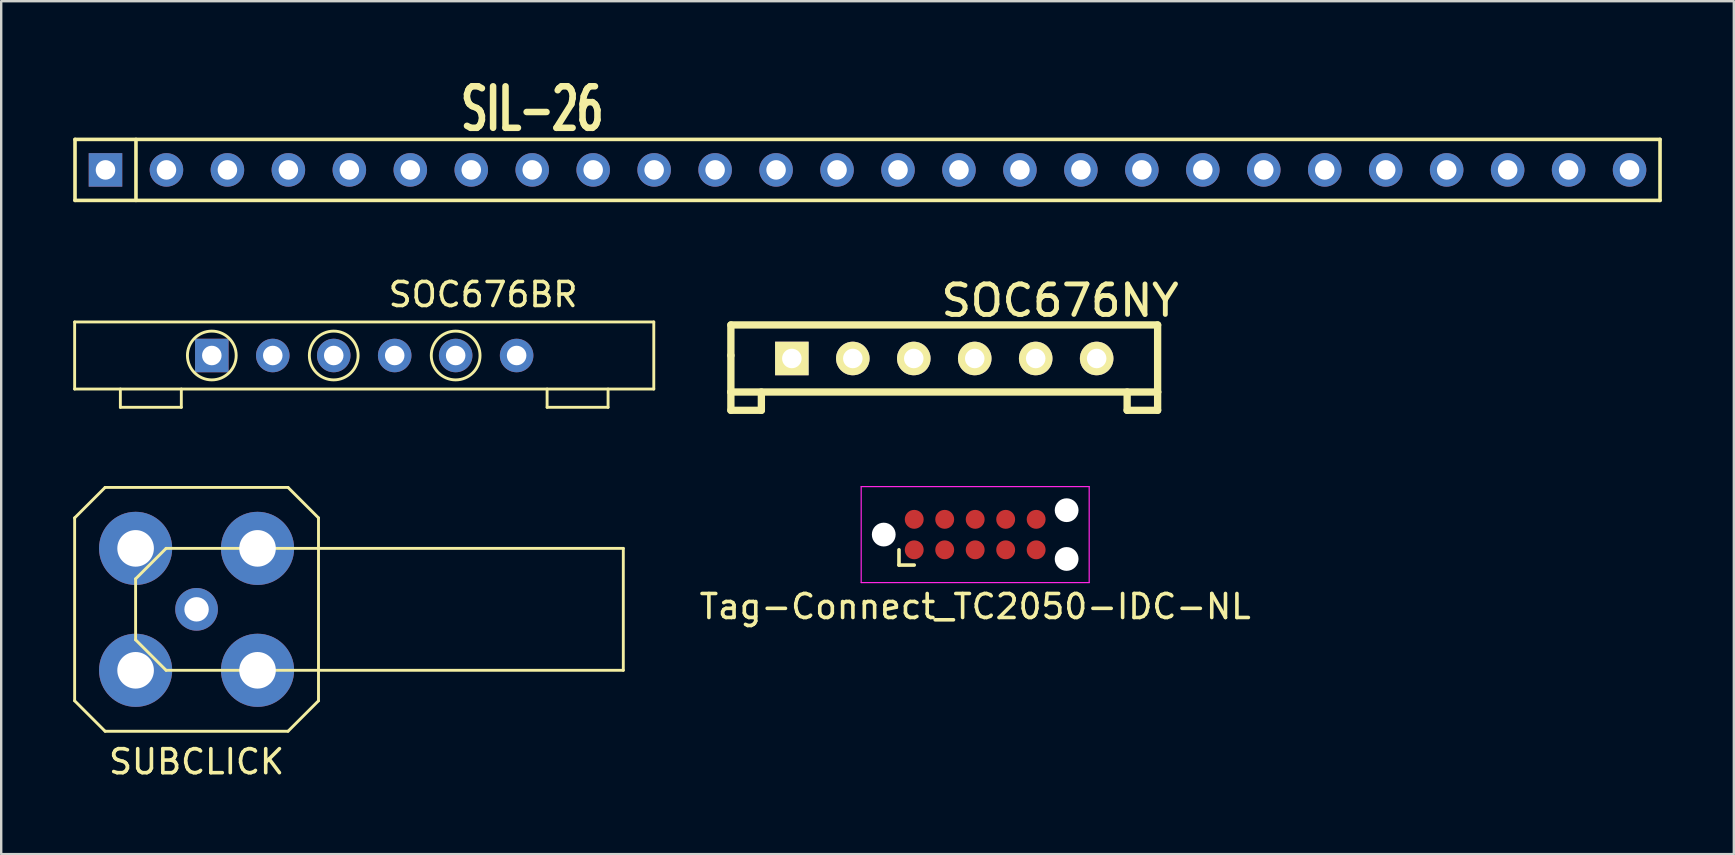
<source format=kicad_pcb>
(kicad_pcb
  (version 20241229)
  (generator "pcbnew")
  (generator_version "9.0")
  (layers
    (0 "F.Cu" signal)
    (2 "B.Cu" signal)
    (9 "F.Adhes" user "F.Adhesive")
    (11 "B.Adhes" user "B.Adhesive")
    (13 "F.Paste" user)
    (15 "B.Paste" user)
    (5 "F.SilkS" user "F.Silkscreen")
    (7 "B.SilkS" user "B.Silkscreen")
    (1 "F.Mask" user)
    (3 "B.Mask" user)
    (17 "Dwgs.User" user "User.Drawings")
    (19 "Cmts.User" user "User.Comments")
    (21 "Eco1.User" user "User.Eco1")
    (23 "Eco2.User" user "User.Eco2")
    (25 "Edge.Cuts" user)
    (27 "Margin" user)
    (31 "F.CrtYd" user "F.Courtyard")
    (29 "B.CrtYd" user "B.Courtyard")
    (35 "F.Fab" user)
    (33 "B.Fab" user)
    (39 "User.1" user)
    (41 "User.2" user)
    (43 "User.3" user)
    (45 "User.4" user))
  (footprint "SOC676BR"
    (layer "F.Cu")
    (at 12.125 11.762)
    (property "Reference" "SOC676BR" (at 4.953 -2.54 0) (layer "F.SilkS") (effects (font (size 1 1) (thickness 0.15))))
    (attr through_hole)
    (fp_line (start -12.065 -1.397) (end 12.065 -1.397) (stroke (width 0.12) (type solid)) (layer "F.SilkS"))
    (fp_line (start -12.065 1.397) (end -12.065 -1.397) (stroke (width 0.12) (type solid)) (layer "F.SilkS"))
    (fp_line (start -10.16 2.159) (end -10.16 1.397) (stroke (width 0.12) (type solid)) (layer "F.SilkS"))
    (fp_line (start -7.62 2.159) (end -10.16 2.159) (stroke (width 0.12) (type solid)) (layer "F.SilkS"))
    (fp_line (start -7.62 2.159) (end -7.62 1.397) (stroke (width 0.12) (type solid)) (layer "F.SilkS"))
    (fp_line (start 7.62 1.397) (end 7.62 2.159) (stroke (width 0.12) (type solid)) (layer "F.SilkS"))
    (fp_line (start 7.62 2.159) (end 10.16 2.159) (stroke (width 0.12) (type solid)) (layer "F.SilkS"))
    (fp_line (start 10.16 2.159) (end 10.16 1.397) (stroke (width 0.12) (type solid)) (layer "F.SilkS"))
    (fp_line (start 12.065 -1.397) (end 12.065 1.397) (stroke (width 0.12) (type solid)) (layer "F.SilkS"))
    (fp_line (start 12.065 1.397) (end -12.065 1.397) (stroke (width 0.12) (type solid)) (layer "F.SilkS"))
    (fp_circle (center -6.35 0) (end -6.35 -1.016) (stroke (width 0.12) (type solid)) (fill no) (layer "F.SilkS"))
    (fp_circle (center -1.27 0) (end -1.27 -1.016) (stroke (width 0.12) (type solid)) (fill no) (layer "F.SilkS"))
    (fp_circle (center 3.81 0) (end 3.81 -1.016) (stroke (width 0.12) (type solid)) (fill no) (layer "F.SilkS"))
    (pad "1" thru_hole rect (at -6.35 0) (size 1.397 1.397) (drill 0.813) (layers "*.Cu" "*.Mask"))
    (pad "2" thru_hole circle (at -3.81 0) (size 1.397 1.397) (drill 0.813) (layers "*.Cu" "*.Mask"))
    (pad "3" thru_hole circle (at -1.27 0) (size 1.397 1.397) (drill 0.813) (layers "*.Cu" "*.Mask"))
    (pad "4" thru_hole circle (at 1.27 0) (size 1.397 1.397) (drill 0.813) (layers "*.Cu" "*.Mask"))
    (pad "5" thru_hole circle (at 3.81 0) (size 1.397 1.397) (drill 0.813) (layers "*.Cu" "*.Mask"))
    (pad "6" thru_hole circle (at 6.35 0) (size 1.397 1.397) (drill 0.813) (layers "*.Cu" "*.Mask")))
  (footprint "SOC676NY"
    (layer "F.Cu")
    (at 36.292 11.886)
    (property "Reference" "SOC676NY" (at 4.826 -2.413 0) (layer "F.SilkS") (effects (font (size 1.27 1.27) (thickness 0.203))))
    (attr through_hole)
    (fp_line (start -8.89 -1.397) (end -8.89 -0.127) (stroke (width 0.305) (type solid)) (layer "F.SilkS"))
    (fp_line (start -8.89 -0.127) (end -8.89 1.397) (stroke (width 0.305) (type solid)) (layer "F.SilkS"))
    (fp_line (start -8.89 1.397) (end -8.89 2.159) (stroke (width 0.305) (type solid)) (layer "F.SilkS"))
    (fp_line (start -8.89 1.397) (end 8.89 1.397) (stroke (width 0.305) (type solid)) (layer "F.SilkS"))
    (fp_line (start -8.89 2.159) (end -7.62 2.159) (stroke (width 0.305) (type solid)) (layer "F.SilkS"))
    (fp_line (start -7.62 2.159) (end -7.62 1.397) (stroke (width 0.305) (type solid)) (layer "F.SilkS"))
    (fp_line (start 7.62 1.397) (end 7.62 2.159) (stroke (width 0.305) (type solid)) (layer "F.SilkS"))
    (fp_line (start 7.62 2.159) (end 8.89 2.159) (stroke (width 0.305) (type solid)) (layer "F.SilkS"))
    (fp_line (start 8.89 -1.397) (end -8.89 -1.397) (stroke (width 0.305) (type solid)) (layer "F.SilkS"))
    (fp_line (start 8.89 1.397) (end 8.89 -1.397) (stroke (width 0.305) (type solid)) (layer "F.SilkS"))
    (fp_line (start 8.89 2.159) (end 8.89 1.397) (stroke (width 0.305) (type solid)) (layer "F.SilkS"))
    (pad "1" thru_hole rect (at -6.35 0) (size 1.397 1.397) (drill 0.813) (layers "*.Cu" "*.Mask" "F.SilkS"))
    (pad "2" thru_hole circle (at -3.81 0) (size 1.397 1.397) (drill 0.813) (layers "*.Cu" "*.Mask" "F.SilkS"))
    (pad "3" thru_hole circle (at -1.27 0) (size 1.397 1.397) (drill 0.813) (layers "*.Cu" "*.Mask" "F.SilkS"))
    (pad "4" thru_hole circle (at 1.27 0) (size 1.397 1.397) (drill 0.813) (layers "*.Cu" "*.Mask" "F.SilkS"))
    (pad "5" thru_hole circle (at 3.81 0) (size 1.397 1.397) (drill 0.813) (layers "*.Cu" "*.Mask" "F.SilkS"))
    (pad "6" thru_hole circle (at 6.35 0) (size 1.397 1.397) (drill 0.813) (layers "*.Cu" "*.Mask" "F.SilkS")))
  (footprint "SIL-26"
    (layer "F.Cu")
    (at 33.095 4.029)
    (property "Reference" "SIL-26" (at -13.97 -2.54 180) (layer "F.SilkS") (effects (font (size 1.73 1.087) (thickness 0.305))))
    (attr through_hole)
    (fp_line (start -33.02 -1.27) (end 33.02 -1.27) (stroke (width 0.15) (type solid)) (layer "F.SilkS"))
    (fp_line (start -33.02 1.27) (end -33.02 -1.27) (stroke (width 0.15) (type solid)) (layer "F.SilkS"))
    (fp_line (start -30.48 -1.27) (end -30.48 1.27) (stroke (width 0.15) (type solid)) (layer "F.SilkS"))
    (fp_line (start 33.02 -1.27) (end 33.02 1.27) (stroke (width 0.15) (type solid)) (layer "F.SilkS"))
    (fp_line (start 33.02 1.27) (end -33.02 1.27) (stroke (width 0.15) (type solid)) (layer "F.SilkS"))
    (pad "1" thru_hole rect (at -31.75 0) (size 1.397 1.397) (drill 0.813) (layers "*.Cu" "*.Mask"))
    (pad "2" thru_hole circle (at -29.21 0) (size 1.397 1.397) (drill 0.813) (layers "*.Cu" "*.Mask"))
    (pad "3" thru_hole circle (at -26.67 0) (size 1.397 1.397) (drill 0.813) (layers "*.Cu" "*.Mask"))
    (pad "4" thru_hole circle (at -24.13 0) (size 1.397 1.397) (drill 0.813) (layers "*.Cu" "*.Mask"))
    (pad "5" thru_hole circle (at -21.59 0) (size 1.397 1.397) (drill 0.813) (layers "*.Cu" "*.Mask"))
    (pad "6" thru_hole circle (at -19.05 0) (size 1.397 1.397) (drill 0.813) (layers "*.Cu" "*.Mask"))
    (pad "7" thru_hole circle (at -16.51 0) (size 1.397 1.397) (drill 0.813) (layers "*.Cu" "*.Mask"))
    (pad "8" thru_hole circle (at -13.97 0) (size 1.397 1.397) (drill 0.813) (layers "*.Cu" "*.Mask"))
    (pad "9" thru_hole circle (at -11.43 0) (size 1.397 1.397) (drill 0.813) (layers "*.Cu" "*.Mask"))
    (pad "10" thru_hole circle (at -8.89 0) (size 1.397 1.397) (drill 0.813) (layers "*.Cu" "*.Mask"))
    (pad "11" thru_hole circle (at -6.35 0) (size 1.397 1.397) (drill 0.813) (layers "*.Cu" "*.Mask"))
    (pad "12" thru_hole circle (at -3.81 0) (size 1.397 1.397) (drill 0.813) (layers "*.Cu" "*.Mask"))
    (pad "13" thru_hole circle (at -1.27 0) (size 1.397 1.397) (drill 0.813) (layers "*.Cu" "*.Mask"))
    (pad "14" thru_hole circle (at 1.27 0) (size 1.397 1.397) (drill 0.813) (layers "*.Cu" "*.Mask"))
    (pad "15" thru_hole circle (at 3.81 0) (size 1.397 1.397) (drill 0.813) (layers "*.Cu" "*.Mask"))
    (pad "16" thru_hole circle (at 6.35 0) (size 1.397 1.397) (drill 0.813) (layers "*.Cu" "*.Mask"))
    (pad "17" thru_hole circle (at 8.89 0) (size 1.397 1.397) (drill 0.813) (layers "*.Cu" "*.Mask"))
    (pad "18" thru_hole circle (at 11.43 0) (size 1.397 1.397) (drill 0.813) (layers "*.Cu" "*.Mask"))
    (pad "19" thru_hole circle (at 13.97 0) (size 1.397 1.397) (drill 0.813) (layers "*.Cu" "*.Mask"))
    (pad "20" thru_hole circle (at 16.51 0) (size 1.397 1.397) (drill 0.813) (layers "*.Cu" "*.Mask"))
    (pad "21" thru_hole circle (at 19.05 0) (size 1.397 1.397) (drill 0.813) (layers "*.Cu" "*.Mask"))
    (pad "22" thru_hole circle (at 21.59 0) (size 1.397 1.397) (drill 0.813) (layers "*.Cu" "*.Mask"))
    (pad "23" thru_hole circle (at 24.13 0) (size 1.397 1.397) (drill 0.813) (layers "*.Cu" "*.Mask"))
    (pad "24" thru_hole circle (at 26.67 0) (size 1.397 1.397) (drill 0.813) (layers "*.Cu" "*.Mask"))
    (pad "25" thru_hole circle (at 29.21 0) (size 1.397 1.397) (drill 0.813) (layers "*.Cu" "*.Mask"))
    (pad "26" thru_hole circle (at 31.75 0) (size 1.397 1.397) (drill 0.813) (layers "*.Cu" "*.Mask")))
  (footprint "SUBCLICK"
    (layer "F.Cu")
    (at 5.14 22.338)
    (property "Reference" "SUBCLICK" (at 0 6.35 0) (layer "F.SilkS") (effects (font (size 1 1) (thickness 0.15))))
    (attr through_hole)
    (fp_line (start -5.08 -3.81) (end -3.81 -5.08) (stroke (width 0.12) (type solid)) (layer "F.SilkS"))
    (fp_line (start -5.08 3.81) (end -5.08 -3.81) (stroke (width 0.12) (type solid)) (layer "F.SilkS"))
    (fp_line (start -3.81 -5.08) (end 3.81 -5.08) (stroke (width 0.12) (type solid)) (layer "F.SilkS"))
    (fp_line (start -3.81 5.08) (end -5.08 3.81) (stroke (width 0.12) (type solid)) (layer "F.SilkS"))
    (fp_line (start -2.54 -1.27) (end -1.27 -2.54) (stroke (width 0.12) (type solid)) (layer "F.SilkS"))
    (fp_line (start -2.54 1.27) (end -2.54 -1.27) (stroke (width 0.12) (type solid)) (layer "F.SilkS"))
    (fp_line (start -1.27 -2.54) (end 17.78 -2.54) (stroke (width 0.12) (type solid)) (layer "F.SilkS"))
    (fp_line (start -1.27 2.54) (end -2.54 1.27) (stroke (width 0.12) (type solid)) (layer "F.SilkS"))
    (fp_line (start 3.81 -5.08) (end 5.08 -3.81) (stroke (width 0.12) (type solid)) (layer "F.SilkS"))
    (fp_line (start 3.81 5.08) (end -3.81 5.08) (stroke (width 0.12) (type solid)) (layer "F.SilkS"))
    (fp_line (start 5.08 -3.81) (end 5.08 3.81) (stroke (width 0.12) (type solid)) (layer "F.SilkS"))
    (fp_line (start 5.08 3.81) (end 3.81 5.08) (stroke (width 0.12) (type solid)) (layer "F.SilkS"))
    (fp_line (start 17.78 -2.54) (end 17.78 2.54) (stroke (width 0.12) (type solid)) (layer "F.SilkS"))
    (fp_line (start 17.78 2.54) (end -1.27 2.54) (stroke (width 0.12) (type solid)) (layer "F.SilkS"))
    (pad "1" thru_hole circle (at 0 0) (size 1.778 1.778) (drill 1.016) (layers "*.Cu" "*.Mask"))
    (pad "2" thru_hole circle (at -2.54 -2.54) (size 3.048 3.048) (drill 1.524) (layers "*.Cu" "*.Mask"))
    (pad "2" thru_hole circle (at -2.54 2.54) (size 3.048 3.048) (drill 1.524) (layers "*.Cu" "*.Mask"))
    (pad "2" thru_hole circle (at 2.54 -2.54) (size 3.048 3.048) (drill 1.524) (layers "*.Cu" "*.Mask"))
    (pad "2" thru_hole circle (at 2.54 2.54) (size 3.048 3.048) (drill 1.524) (layers "*.Cu" "*.Mask")))
  (footprint "Tag-Connect_TC2050-IDC-NL"
    (layer "F.Cu")
    (at 37.581 19.223)
    (property "Reference" "Tag-Connect_TC2050-IDC-NL" (at 0 3 0) (layer "F.SilkS") (effects (font (size 1 1) (thickness 0.15))))
    (attr exclude_from_pos_files exclude_from_bom)
    (fp_line (start -3.175 1.27) (end -3.175 0.635) (stroke (width 0.15) (type solid)) (layer "F.SilkS"))
    (fp_line (start -2.54 1.27) (end -3.175 1.27) (stroke (width 0.15) (type solid)) (layer "F.SilkS"))
    (fp_line (start -4.75 -2) (end 4.75 -2) (stroke (width 0.05) (type solid)) (layer "F.CrtYd"))
    (fp_line (start -4.75 2) (end -4.75 -2) (stroke (width 0.05) (type solid)) (layer "F.CrtYd"))
    (fp_line (start 4.75 -2) (end 4.75 2) (stroke (width 0.05) (type solid)) (layer "F.CrtYd"))
    (fp_line (start 4.75 2) (end -4.75 2) (stroke (width 0.05) (type solid)) (layer "F.CrtYd"))
    (pad "" np_thru_hole circle (at -3.81 0) (size 0.991 0.991) (drill 0.991) (layers "*.Cu" "*.Mask"))
    (pad "" np_thru_hole circle (at 3.81 -1.016) (size 0.991 0.991) (drill 0.991) (layers "*.Cu" "*.Mask"))
    (pad "" np_thru_hole circle (at 3.81 1.016) (size 0.991 0.991) (drill 0.991) (layers "*.Cu" "*.Mask"))
    (pad "1" smd circle (at -2.54 0.635) (size 0.787 0.787) (layers "F.Cu" "F.Mask"))
    (pad "2" smd circle (at -1.27 0.635) (size 0.787 0.787) (layers "F.Cu" "F.Mask"))
    (pad "3" smd circle (at 0 0.635) (size 0.787 0.787) (layers "F.Cu" "F.Mask"))
    (pad "4" smd circle (at 1.27 0.635) (size 0.787 0.787) (layers "F.Cu" "F.Mask"))
    (pad "5" smd circle (at 2.54 0.635) (size 0.787 0.787) (layers "F.Cu" "F.Mask"))
    (pad "6" smd circle (at 2.54 -0.635) (size 0.787 0.787) (layers "F.Cu" "F.Mask"))
    (pad "7" smd circle (at 1.27 -0.635) (size 0.787 0.787) (layers "F.Cu" "F.Mask"))
    (pad "8" smd circle (at 0 -0.635) (size 0.787 0.787) (layers "F.Cu" "F.Mask"))
    (pad "9" smd circle (at -1.27 -0.635) (size 0.787 0.787) (layers "F.Cu" "F.Mask"))
    (pad "10" smd circle (at -2.54 -0.635) (size 0.787 0.787) (layers "F.Cu" "F.Mask")))
  (gr_rect
    (start -3 -3)
    (end 69.19 32.536)
    (stroke (width 0.1) (type default))
    (fill no)
    (layer "Edge.Cuts")))
</source>
